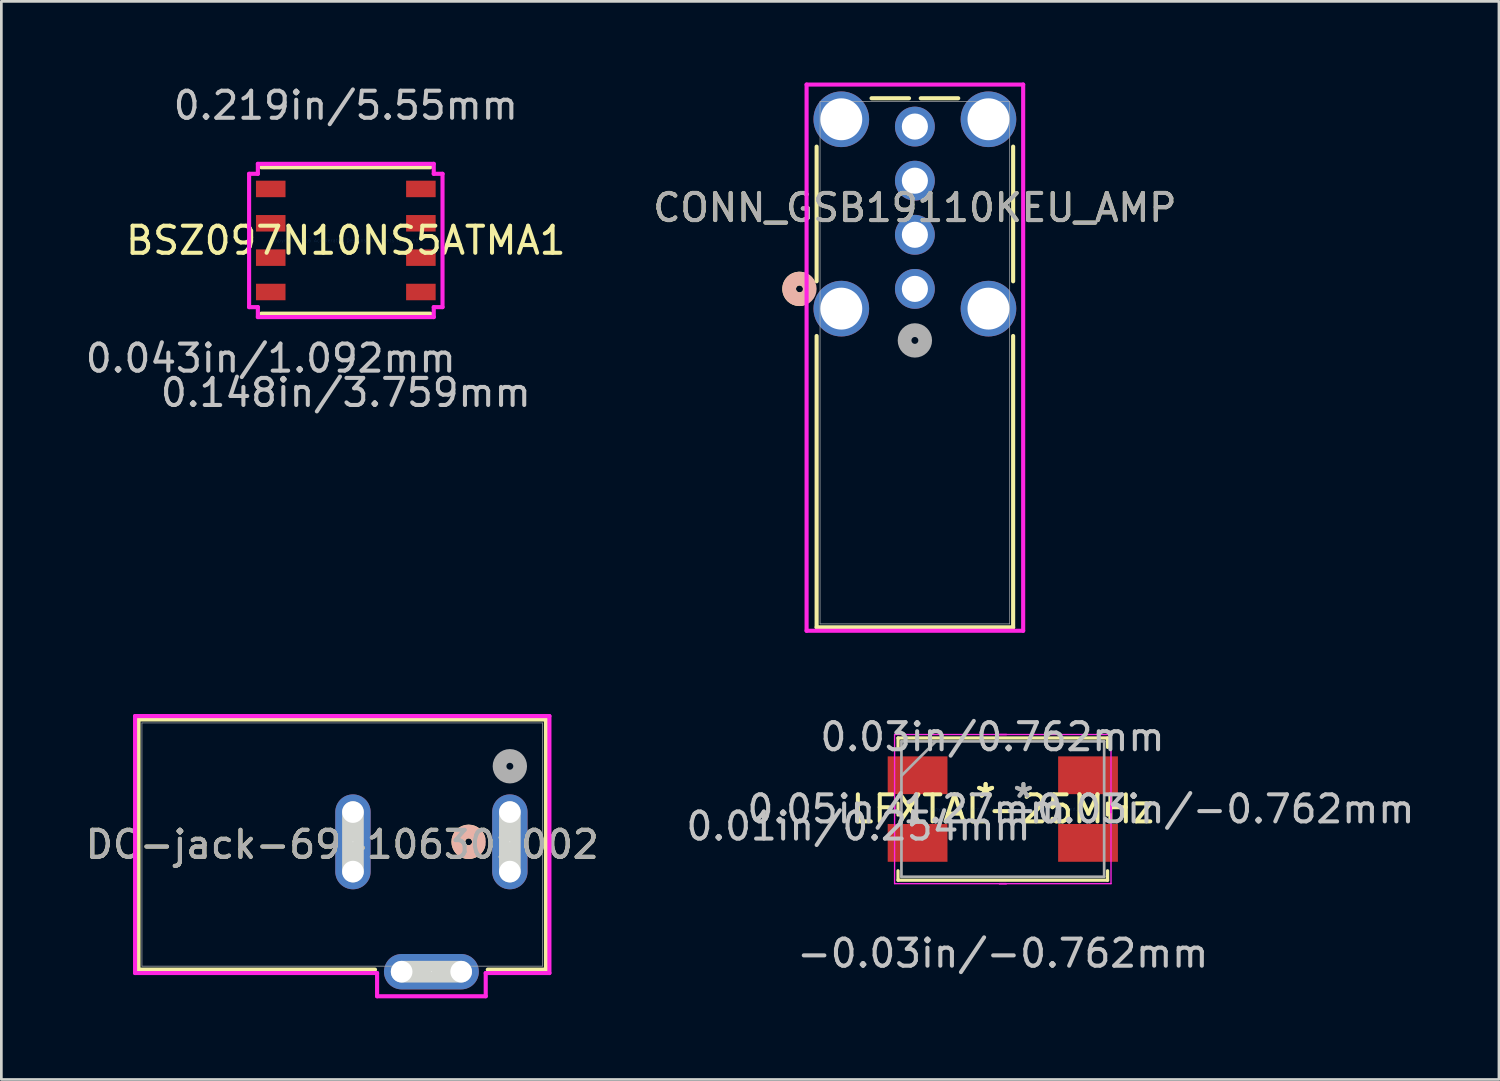
<source format=kicad_pcb>
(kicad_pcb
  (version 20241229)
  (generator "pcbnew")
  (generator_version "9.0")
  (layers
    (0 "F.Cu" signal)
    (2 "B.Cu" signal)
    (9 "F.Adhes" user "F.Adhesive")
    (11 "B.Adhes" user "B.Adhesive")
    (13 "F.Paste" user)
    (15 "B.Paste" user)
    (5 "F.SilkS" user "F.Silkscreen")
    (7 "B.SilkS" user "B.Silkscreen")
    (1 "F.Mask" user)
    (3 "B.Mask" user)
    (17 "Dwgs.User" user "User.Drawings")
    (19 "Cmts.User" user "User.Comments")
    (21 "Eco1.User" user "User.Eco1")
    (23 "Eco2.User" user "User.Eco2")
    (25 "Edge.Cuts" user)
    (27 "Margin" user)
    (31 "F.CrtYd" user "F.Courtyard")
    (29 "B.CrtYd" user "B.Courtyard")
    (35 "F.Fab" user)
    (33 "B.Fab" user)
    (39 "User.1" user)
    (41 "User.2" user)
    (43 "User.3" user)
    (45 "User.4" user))
  (footprint "BSZ097N10NS5ATMA1"
    (layer "F.Cu")
    (at 9.733 5.839)
    (property "Reference" "BSZ097N10NS5ATMA1" (at 0 0 0) (layer "F.SilkS") (effects (font (size 1 1) (thickness 0.15))))
    (fp_line (start -3.124 2.705) (end 3.124 2.705) (stroke (width 0.152) (type solid)) (layer "F.SilkS"))
    (fp_line (start 3.124 -2.705) (end -3.124 -2.705) (stroke (width 0.152) (type solid)) (layer "F.SilkS"))
    (fp_line (start -2.739 -0.76) (end -2.329 -0.76) (stroke (width 0.152) (type solid)) (layer "F.Paste"))
    (fp_line (start -2.739 -0.76) (end -2.329 -0.76) (stroke (width 0.152) (type solid)) (layer "F.Paste"))
    (fp_line (start -2.329 -0.56) (end -2.739 -0.56) (stroke (width 0.152) (type solid)) (layer "F.Paste"))
    (fp_line (start -2.329 -0.56) (end -2.739 -0.56) (stroke (width 0.152) (type solid)) (layer "F.Paste"))
    (fp_line (start -3.575 -2.464) (end -3.251 -2.464) (stroke (width 0.152) (type solid)) (layer "F.CrtYd"))
    (fp_line (start -3.575 2.464) (end -3.575 -2.464) (stroke (width 0.152) (type solid)) (layer "F.CrtYd"))
    (fp_line (start -3.251 -2.832) (end 3.251 -2.832) (stroke (width 0.152) (type solid)) (layer "F.CrtYd"))
    (fp_line (start -3.251 -2.464) (end -3.251 -2.832) (stroke (width 0.152) (type solid)) (layer "F.CrtYd"))
    (fp_line (start -3.251 2.464) (end -3.575 2.464) (stroke (width 0.152) (type solid)) (layer "F.CrtYd"))
    (fp_line (start -3.251 2.832) (end -3.251 2.464) (stroke (width 0.152) (type solid)) (layer "F.CrtYd"))
    (fp_line (start 3.251 -2.832) (end 3.251 -2.464) (stroke (width 0.152) (type solid)) (layer "F.CrtYd"))
    (fp_line (start 3.251 -2.464) (end 3.575 -2.464) (stroke (width 0.152) (type solid)) (layer "F.CrtYd"))
    (fp_line (start 3.251 2.464) (end 3.251 2.832) (stroke (width 0.152) (type solid)) (layer "F.CrtYd"))
    (fp_line (start 3.251 2.832) (end -3.251 2.832) (stroke (width 0.152) (type solid)) (layer "F.CrtYd"))
    (fp_line (start 3.575 -2.464) (end 3.575 2.464) (stroke (width 0.152) (type solid)) (layer "F.CrtYd"))
    (fp_line (start 3.575 2.464) (end 3.251 2.464) (stroke (width 0.152) (type solid)) (layer "F.CrtYd"))
    (fp_text user "0.043in/1.092mm" (at -2.775 4.356 0) (layer "Dwgs.User") (effects (font (size 1 1) (thickness 0.15))))
    (fp_text user "0.219in/5.55mm" (at 0 -4.991 0) (layer "Dwgs.User") (effects (font (size 1 1) (thickness 0.15))))
    (fp_text user "0.148in/3.759mm" (at 0 5.626 0) (layer "Dwgs.User") (effects (font (size 1 1) (thickness 0.15))))
    (fp_text user "Copyright 2016 Accelerated Designs. All rights reserved." (at 0 0 0) (layer "Cmts.User") (effects (font (size 0.127 0.127) (thickness 0.002))))
    (pad "1" smd rect (at -2.775 -1.905) (size 1.092 0.61) (layers "F.Cu" "F.Mask" "F.Paste"))
    (pad "2" smd rect (at -2.775 -0.635) (size 1.092 0.61) (layers "F.Cu" "F.Mask" "F.Paste"))
    (pad "3" smd rect (at -2.775 0.635) (size 1.092 0.61) (layers "F.Cu" "F.Mask" "F.Paste"))
    (pad "4" smd rect (at -2.775 1.905) (size 1.092 0.61) (layers "F.Cu" "F.Mask" "F.Paste"))
    (pad "5" smd rect (at 2.775 1.905) (size 1.092 0.61) (layers "F.Cu" "F.Mask" "F.Paste"))
    (pad "6" smd rect (at 2.775 0.635) (size 1.092 0.61) (layers "F.Cu" "F.Mask" "F.Paste"))
    (pad "7" smd rect (at 2.775 -0.635) (size 1.092 0.61) (layers "F.Cu" "F.Mask" "F.Paste"))
    (pad "8" smd rect (at 2.775 -1.905) (size 1.092 0.61) (layers "F.Cu" "F.Mask" "F.Paste")))
  (footprint "DC-jack-694106301002"
    (layer "F.Cu")
    (at 15.797 28.069)
    (property "Reference" "DC-jack-694106301002" (at -6.196 0.1 0) (unlocked yes) (layer "F.SilkS") (effects (font (size 1 1) (thickness 0.15))))
    (attr through_hole)
    (fp_line (start -13.727 -4.523) (end -13.727 4.723) (stroke (width 0.152) (type solid)) (layer "F.SilkS"))
    (fp_line (start -13.727 4.723) (end -4.984 4.723) (stroke (width 0.152) (type solid)) (layer "F.SilkS"))
    (fp_line (start -0.816 4.723) (end 1.335 4.723) (stroke (width 0.152) (type solid)) (layer "F.SilkS"))
    (fp_line (start 1.335 -4.523) (end -13.727 -4.523) (stroke (width 0.152) (type solid)) (layer "F.SilkS"))
    (fp_line (start 1.335 4.723) (end 1.335 -4.523) (stroke (width 0.152) (type solid)) (layer "F.SilkS"))
    (fp_arc (start -1.16454 0.126292) (mid -1.905 0) (end -1.16454 -0.126291) (stroke (width 0.508) (type solid)) (layer "F.SilkS"))
    (fp_circle (center -1.524 0) (end -1.143 0) (stroke (width 0.508) (type solid)) (fill no) (layer "B.SilkS"))
    (fp_line (start -5.8 1.1) (end -5.8 -1.1) (stroke (width 0.8) (type solid)) (layer "Edge.Cuts"))
    (fp_line (start -4 4.8) (end -1.8 4.8) (stroke (width 0.8) (type solid)) (layer "Edge.Cuts"))
    (fp_line (start 0 1.1) (end 0 -1.1) (stroke (width 0.8) (type solid)) (layer "Edge.Cuts"))
    (fp_line (start -13.854 -4.65) (end -13.854 4.85) (stroke (width 0.152) (type solid)) (layer "F.CrtYd"))
    (fp_line (start -13.854 4.85) (end -4.908 4.85) (stroke (width 0.152) (type solid)) (layer "F.CrtYd"))
    (fp_line (start -4.908 4.85) (end -4.908 5.708) (stroke (width 0.152) (type solid)) (layer "F.CrtYd"))
    (fp_line (start -4.908 5.708) (end -0.892 5.708) (stroke (width 0.152) (type solid)) (layer "F.CrtYd"))
    (fp_line (start -0.892 4.85) (end 1.462 4.85) (stroke (width 0.152) (type solid)) (layer "F.CrtYd"))
    (fp_line (start -0.892 5.708) (end -0.892 4.85) (stroke (width 0.152) (type solid)) (layer "F.CrtYd"))
    (fp_line (start 1.462 -4.65) (end -13.854 -4.65) (stroke (width 0.152) (type solid)) (layer "F.CrtYd"))
    (fp_line (start 1.462 4.85) (end 1.462 -4.65) (stroke (width 0.152) (type solid)) (layer "F.CrtYd"))
    (fp_line (start -13.6 -4.396) (end -13.6 4.596) (stroke (width 0.025) (type solid)) (layer "F.Fab"))
    (fp_line (start -13.6 4.596) (end 1.208 4.596) (stroke (width 0.025) (type solid)) (layer "F.Fab"))
    (fp_line (start 1.208 -4.396) (end -13.6 -4.396) (stroke (width 0.025) (type solid)) (layer "F.Fab"))
    (fp_line (start 1.208 4.596) (end 1.208 -4.396) (stroke (width 0.025) (type solid)) (layer "F.Fab"))
    (fp_circle (center 0 -2.794) (end 0.381 -2.794) (stroke (width 0.508) (type solid)) (fill no) (layer "F.Fab"))
    (fp_text user "${REFERENCE}" (at -6.196 0.1 0) (unlocked yes) (layer "F.Fab") (effects (font (size 1 1) (thickness 0.15))))
    (pad "" np_thru_hole circle (at -5.8 -1.1) (size 0.8 0.8) (drill 0.8) (layers "*.Cu" "*.Mask"))
    (pad "" np_thru_hole circle (at -5.8 1.1) (size 0.8 0.8) (drill 0.8) (layers "*.Cu" "*.Mask"))
    (pad "" np_thru_hole circle (at -4 4.8) (size 0.8 0.8) (drill 0.8) (layers "*.Cu" "*.Mask"))
    (pad "" np_thru_hole circle (at -1.8 4.8) (size 0.8 0.8) (drill 0.8) (layers "*.Cu" "*.Mask"))
    (pad "" np_thru_hole circle (at 0 -1.1) (size 0.8 0.8) (drill 0.8) (layers "*.Cu" "*.Mask"))
    (pad "" np_thru_hole circle (at 0 1.1) (size 0.8 0.8) (drill 0.8) (layers "*.Cu" "*.Mask"))
    (pad "1" thru_hole oval (at 0 0 90) (size 3.508 1.308) (drill 0.025) (layers "*.Cu" "*.Mask"))
    (pad "2" thru_hole oval (at -5.8 0 90) (size 3.508 1.308) (drill 0.025) (layers "*.Cu" "*.Mask"))
    (pad "3" thru_hole oval (at -2.9 4.8) (size 3.508 1.308) (drill 0.025) (layers "*.Cu" "*.Mask")))
  (footprint "LFXTAL-25MHz"
    (layer "F.Cu")
    (at 34.019 26.858)
    (property "Reference" "LFXTAL-25MHz" (at 0 0 0) (layer "F.SilkS") (effects (font (size 1 1) (thickness 0.15))))
    (attr through_hole)
    (fp_line (start -3.873 -2.629) (end -3.873 -2.281) (stroke (width 0.12) (type solid)) (layer "F.SilkS"))
    (fp_line (start -3.873 -0.219) (end -3.873 0.219) (stroke (width 0.12) (type solid)) (layer "F.SilkS"))
    (fp_line (start -3.873 2.281) (end -3.873 2.629) (stroke (width 0.12) (type solid)) (layer "F.SilkS"))
    (fp_line (start -3.873 2.629) (end 3.873 2.629) (stroke (width 0.12) (type solid)) (layer "F.SilkS"))
    (fp_line (start 3.873 -2.629) (end -3.873 -2.629) (stroke (width 0.12) (type solid)) (layer "F.SilkS"))
    (fp_line (start 3.873 -2.281) (end 3.873 -2.629) (stroke (width 0.12) (type solid)) (layer "F.SilkS"))
    (fp_line (start 3.873 0.219) (end 3.873 -0.219) (stroke (width 0.12) (type solid)) (layer "F.SilkS"))
    (fp_line (start 3.873 2.629) (end 3.873 2.281) (stroke (width 0.12) (type solid)) (layer "F.SilkS"))
    (fp_line (start -4 -2.756) (end 0.127 -2.756) (stroke (width 0.05) (type solid)) (layer "F.CrtYd"))
    (fp_line (start -4 -0.127) (end -4 -0.127) (stroke (width 0.05) (type solid)) (layer "F.CrtYd"))
    (fp_line (start -4 -0.127) (end -4 0.127) (stroke (width 0.05) (type solid)) (layer "F.CrtYd"))
    (fp_line (start -4 0.127) (end -4 -2.756) (stroke (width 0.05) (type solid)) (layer "F.CrtYd"))
    (fp_line (start -4 0.127) (end -4 0.127) (stroke (width 0.05) (type solid)) (layer "F.CrtYd"))
    (fp_line (start -4 2.756) (end -4 -0.127) (stroke (width 0.05) (type solid)) (layer "F.CrtYd"))
    (fp_line (start -0.127 -2.756) (end -0.127 -2.756) (stroke (width 0.05) (type solid)) (layer "F.CrtYd"))
    (fp_line (start -0.127 -2.756) (end 4 -2.756) (stroke (width 0.05) (type solid)) (layer "F.CrtYd"))
    (fp_line (start -0.127 2.756) (end -0.127 2.756) (stroke (width 0.05) (type solid)) (layer "F.CrtYd"))
    (fp_line (start -0.127 2.756) (end 0.127 2.756) (stroke (width 0.05) (type solid)) (layer "F.CrtYd"))
    (fp_line (start 0.127 -2.756) (end -0.127 -2.756) (stroke (width 0.05) (type solid)) (layer "F.CrtYd"))
    (fp_line (start 0.127 -2.756) (end 0.127 -2.756) (stroke (width 0.05) (type solid)) (layer "F.CrtYd"))
    (fp_line (start 0.127 2.756) (end -4 2.756) (stroke (width 0.05) (type solid)) (layer "F.CrtYd"))
    (fp_line (start 0.127 2.756) (end 0.127 2.756) (stroke (width 0.05) (type solid)) (layer "F.CrtYd"))
    (fp_line (start 4 -2.756) (end 4 0.127) (stroke (width 0.05) (type solid)) (layer "F.CrtYd"))
    (fp_line (start 4 -0.127) (end 4 -0.127) (stroke (width 0.05) (type solid)) (layer "F.CrtYd"))
    (fp_line (start 4 -0.127) (end 4 2.756) (stroke (width 0.05) (type solid)) (layer "F.CrtYd"))
    (fp_line (start 4 0.127) (end 4 -0.127) (stroke (width 0.05) (type solid)) (layer "F.CrtYd"))
    (fp_line (start 4 0.127) (end 4 0.127) (stroke (width 0.05) (type solid)) (layer "F.CrtYd"))
    (fp_line (start 4 2.756) (end -0.127 2.756) (stroke (width 0.05) (type solid)) (layer "F.CrtYd"))
    (fp_line (start -3.747 -2.502) (end -3.747 2.502) (stroke (width 0.1) (type solid)) (layer "F.Fab"))
    (fp_line (start -3.747 -1.232) (end -2.477 -2.502) (stroke (width 0.1) (type solid)) (layer "F.Fab"))
    (fp_line (start -3.747 2.502) (end 3.747 2.502) (stroke (width 0.1) (type solid)) (layer "F.Fab"))
    (fp_line (start 3.747 -2.502) (end -3.747 -2.502) (stroke (width 0.1) (type solid)) (layer "F.Fab"))
    (fp_line (start 3.747 2.502) (end 3.747 -2.502) (stroke (width 0.1) (type solid)) (layer "F.Fab"))
    (fp_text user "*" (at -0.635 -0.381 0) (layer "F.SilkS") (effects (font (size 1 1) (thickness 0.15))))
    (fp_text user "*" (at -0.635 -0.381 0) (layer "F.SilkS") (effects (font (size 1 1) (thickness 0.15))))
    (fp_text user "-0.03in/-0.762mm" (at 0 5.334 0) (layer "Dwgs.User") (effects (font (size 1 1) (thickness 0.15))))
    (fp_text user "0.01in/0.254mm" (at -5.334 0.635 0) (layer "Dwgs.User") (effects (font (size 1 1) (thickness 0.15))))
    (fp_text user "0.05in/1.27mm" (at -3.556 0 0) (layer "Dwgs.User") (effects (font (size 1 1) (thickness 0.15))))
    (fp_text user "0.03in/0.762mm" (at -0.381 -2.667 0) (layer "Dwgs.User") (effects (font (size 1 1) (thickness 0.15))))
    (fp_text user "-0.03in/-0.762mm" (at 7.62 0 0) (layer "Dwgs.User") (effects (font (size 1 1) (thickness 0.15))))
    (fp_text user "Copyright 2021 Accelerated Designs. All rights reserved." (at 0 0 0) (layer "Cmts.User") (effects (font (size 0.127 0.127) (thickness 0.002))))
    (fp_text user "*" (at 0.762 -0.381 0) (layer "F.Fab") (effects (font (size 1 1) (thickness 0.15))))
    (fp_text user "*" (at 0.762 -0.381 0) (layer "F.Fab") (effects (font (size 1 1) (thickness 0.15))))
    (pad "1" smd rect (at -3.15 -1.25) (size 2.21 1.397) (layers "F.Cu" "F.Mask" "F.Paste"))
    (pad "2" smd rect (at -3.15 1.25) (size 2.21 1.397) (layers "F.Cu" "F.Mask" "F.Paste"))
    (pad "3" smd rect (at 3.15 1.25) (size 2.21 1.397) (layers "F.Cu" "F.Mask" "F.Paste"))
    (pad "4" smd rect (at 3.15 -1.25) (size 2.21 1.397) (layers "F.Cu" "F.Mask" "F.Paste")))
  (footprint "CONN_GSB19110KEU_AMP"
    (layer "F.Cu")
    (at 30.769 7.629)
    (property "Reference" "CONN_GSB19110KEU_AMP" (at 0 -3 0) (unlocked yes) (layer "F.SilkS") (effects (font (size 1 1) (thickness 0.15))))
    (attr through_hole)
    (fp_line (start -3.632 -5.259) (end -3.632 -0.281) (stroke (width 0.152) (type solid)) (layer "F.SilkS"))
    (fp_line (start -3.632 1.741) (end -3.632 12.511) (stroke (width 0.152) (type solid)) (layer "F.SilkS"))
    (fp_line (start -3.632 12.511) (end 3.632 12.511) (stroke (width 0.152) (type solid)) (layer "F.SilkS"))
    (fp_line (start -0.217 -7.047) (end -1.602 -7.047) (stroke (width 0.152) (type solid)) (layer "F.SilkS"))
    (fp_line (start 1.602 -7.047) (end 0.217 -7.047) (stroke (width 0.152) (type solid)) (layer "F.SilkS"))
    (fp_line (start 3.632 -0.281) (end 3.632 -5.259) (stroke (width 0.152) (type solid)) (layer "F.SilkS"))
    (fp_line (start 3.632 12.511) (end 3.632 1.741) (stroke (width 0.152) (type solid)) (layer "F.SilkS"))
    (fp_arc (start -4.218419 0.377864) (mid -4.611772 -0.162576) (end -3.944539 -0.20261) (stroke (width 0.508) (type solid)) (layer "F.SilkS"))
    (fp_circle (center -4.267 0) (end -3.886 0) (stroke (width 0.508) (type solid)) (fill no) (layer "B.SilkS"))
    (fp_line (start -4.003 -7.553) (end -4.003 12.638) (stroke (width 0.152) (type solid)) (layer "F.CrtYd"))
    (fp_line (start -4.003 12.638) (end 4.003 12.638) (stroke (width 0.152) (type solid)) (layer "F.CrtYd"))
    (fp_line (start 4.003 -7.553) (end -4.003 -7.553) (stroke (width 0.152) (type solid)) (layer "F.CrtYd"))
    (fp_line (start 4.003 12.638) (end 4.003 -7.553) (stroke (width 0.152) (type solid)) (layer "F.CrtYd"))
    (fp_line (start -3.505 -6.92) (end -3.505 12.384) (stroke (width 0.025) (type solid)) (layer "F.Fab"))
    (fp_line (start -3.505 12.384) (end 3.505 12.384) (stroke (width 0.025) (type solid)) (layer "F.Fab"))
    (fp_line (start 3.505 -6.92) (end -3.505 -6.92) (stroke (width 0.025) (type solid)) (layer "F.Fab"))
    (fp_line (start 3.505 12.384) (end 3.505 -6.92) (stroke (width 0.025) (type solid)) (layer "F.Fab"))
    (fp_circle (center 0 1.905) (end 0.381 1.905) (stroke (width 0.508) (type solid)) (fill no) (layer "F.Fab"))
    (fp_text user "${REFERENCE}" (at 0 -3 0) (unlocked yes) (layer "F.Fab") (effects (font (size 1 1) (thickness 0.15))))
    (pad "1" thru_hole circle (at 0 0) (size 1.473 1.473) (drill 0.965) (layers "*.Cu" "*.Mask"))
    (pad "2" thru_hole circle (at 0 -2) (size 1.473 1.473) (drill 0.965) (layers "*.Cu" "*.Mask"))
    (pad "3" thru_hole circle (at 0 -4) (size 1.473 1.473) (drill 0.965) (layers "*.Cu" "*.Mask"))
    (pad "4" thru_hole circle (at 0 -6) (size 1.473 1.473) (drill 0.965) (layers "*.Cu" "*.Mask"))
    (pad "5" thru_hole circle (at -2.72 0.73) (size 2.057 2.057) (drill 1.549) (layers "*.Cu" "*.Mask"))
    (pad "6" thru_hole circle (at 2.72 0.73) (size 2.057 2.057) (drill 1.549) (layers "*.Cu" "*.Mask"))
    (pad "7" thru_hole circle (at -2.72 -6.27) (size 2.057 2.057) (drill 1.549) (layers "*.Cu" "*.Mask"))
    (pad "8" thru_hole circle (at 2.72 -6.27) (size 2.057 2.057) (drill 1.549) (layers "*.Cu" "*.Mask")))
  (gr_rect
    (start -3 -3)
    (end 52.359 36.853)
    (stroke (width 0.1) (type default))
    (fill no)
    (layer "Edge.Cuts")))
</source>
